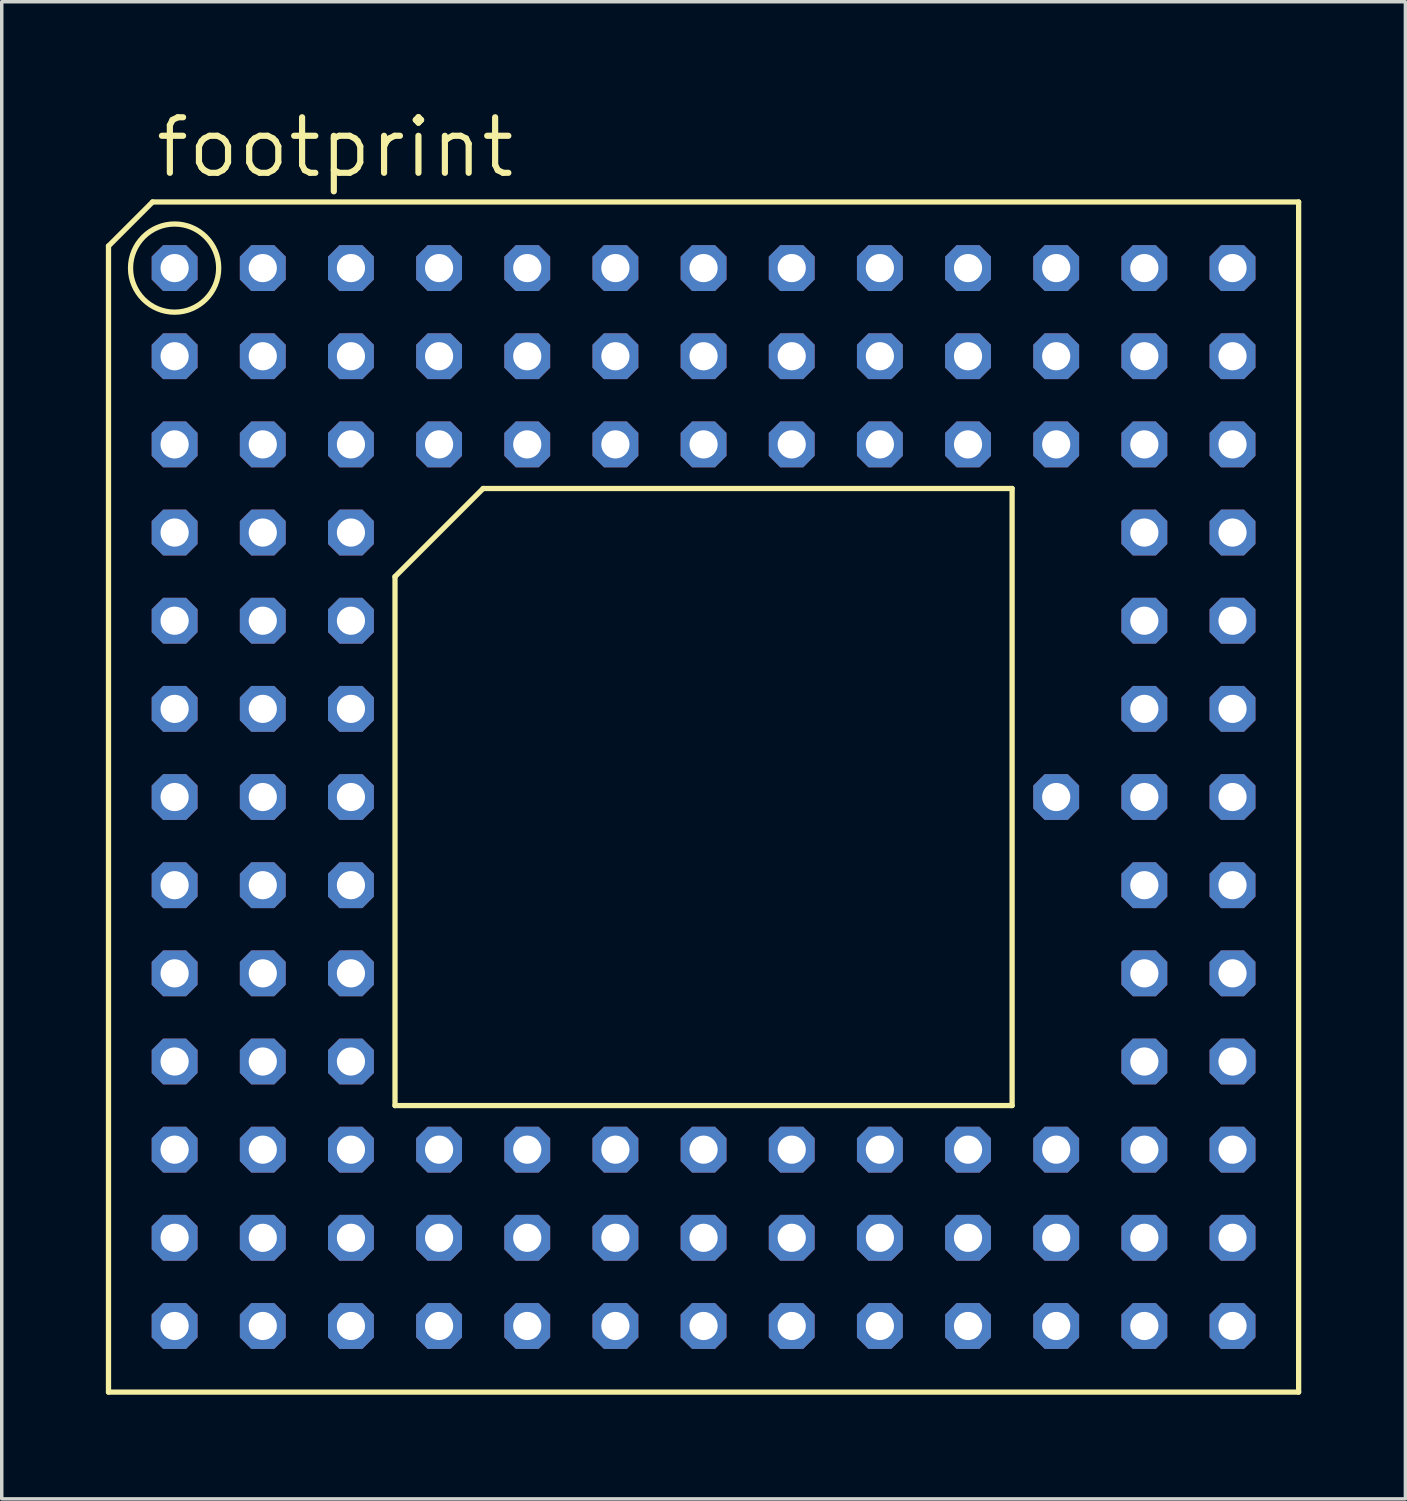
<source format=kicad_pcb>
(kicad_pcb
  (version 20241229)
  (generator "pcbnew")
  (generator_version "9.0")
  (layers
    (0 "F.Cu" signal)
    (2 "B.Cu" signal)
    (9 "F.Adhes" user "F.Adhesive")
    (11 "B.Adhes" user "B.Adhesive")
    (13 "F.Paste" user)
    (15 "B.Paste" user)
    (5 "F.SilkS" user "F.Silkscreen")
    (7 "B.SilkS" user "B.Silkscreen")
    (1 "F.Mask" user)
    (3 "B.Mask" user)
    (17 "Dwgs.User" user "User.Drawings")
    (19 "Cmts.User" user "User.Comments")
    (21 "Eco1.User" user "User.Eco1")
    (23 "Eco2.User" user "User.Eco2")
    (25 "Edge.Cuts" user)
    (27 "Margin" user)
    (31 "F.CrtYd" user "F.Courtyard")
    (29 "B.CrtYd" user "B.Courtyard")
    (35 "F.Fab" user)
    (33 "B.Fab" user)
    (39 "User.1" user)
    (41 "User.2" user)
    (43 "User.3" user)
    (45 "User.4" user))
  (footprint "footprint"
    (layer "F.Cu")
    (at 17.221 19.914)
    (property "Reference" "footprint" (at -15.875 -17.78 0) (layer "F.SilkS") (effects (font (size 1.6 1.6) (thickness 0.178)) (justify left bottom)))
    (fp_line (start -17.145 -15.875) (end -15.875 -17.145) (stroke (width 0.152) (type solid)) (layer "F.SilkS"))
    (fp_line (start -17.145 17.145) (end -17.145 -15.875) (stroke (width 0.152) (type solid)) (layer "F.SilkS"))
    (fp_line (start -15.875 -17.145) (end 17.145 -17.145) (stroke (width 0.152) (type solid)) (layer "F.SilkS"))
    (fp_line (start -8.89 8.89) (end -8.89 -6.35) (stroke (width 0.152) (type solid)) (layer "F.SilkS"))
    (fp_line (start -8.89 8.89) (end 8.89 8.89) (stroke (width 0.152) (type solid)) (layer "F.SilkS"))
    (fp_line (start -6.35 -8.89) (end -8.89 -6.35) (stroke (width 0.152) (type solid)) (layer "F.SilkS"))
    (fp_line (start -6.35 -8.89) (end 8.89 -8.89) (stroke (width 0.152) (type solid)) (layer "F.SilkS"))
    (fp_line (start 8.89 -8.89) (end 8.89 8.89) (stroke (width 0.152) (type solid)) (layer "F.SilkS"))
    (fp_line (start 17.145 -17.145) (end 17.145 17.145) (stroke (width 0.152) (type solid)) (layer "F.SilkS"))
    (fp_line (start 17.145 17.145) (end -17.145 17.145) (stroke (width 0.152) (type solid)) (layer "F.SilkS"))
    (fp_circle (center -15.24 -15.24) (end -13.97 -15.24) (stroke (width 0.152) (type solid)) (fill no) (layer "F.SilkS"))
    (pad "A01" thru_hole roundrect (at -15.24 -15.24) (size 1.321 1.321) (drill 0.813) (layers "*.Cu" "*.Mask") (roundrect_rratio 0.25) (chamfer_ratio 0.25) (chamfer top_left top_right bottom_left bottom_right))
    (pad "A02" thru_hole roundrect (at -12.7 -15.24) (size 1.321 1.321) (drill 0.813) (layers "*.Cu" "*.Mask") (roundrect_rratio 0.25) (chamfer_ratio 0.25) (chamfer top_left top_right bottom_left bottom_right))
    (pad "A03" thru_hole roundrect (at -10.16 -15.24) (size 1.321 1.321) (drill 0.813) (layers "*.Cu" "*.Mask") (roundrect_rratio 0.25) (chamfer_ratio 0.25) (chamfer top_left top_right bottom_left bottom_right))
    (pad "A04" thru_hole roundrect (at -7.62 -15.24) (size 1.321 1.321) (drill 0.813) (layers "*.Cu" "*.Mask") (roundrect_rratio 0.25) (chamfer_ratio 0.25) (chamfer top_left top_right bottom_left bottom_right))
    (pad "A05" thru_hole roundrect (at -5.08 -15.24) (size 1.321 1.321) (drill 0.813) (layers "*.Cu" "*.Mask") (roundrect_rratio 0.25) (chamfer_ratio 0.25) (chamfer top_left top_right bottom_left bottom_right))
    (pad "A06" thru_hole roundrect (at -2.54 -15.24) (size 1.321 1.321) (drill 0.813) (layers "*.Cu" "*.Mask") (roundrect_rratio 0.25) (chamfer_ratio 0.25) (chamfer top_left top_right bottom_left bottom_right))
    (pad "A07" thru_hole roundrect (at 0 -15.24) (size 1.321 1.321) (drill 0.813) (layers "*.Cu" "*.Mask") (roundrect_rratio 0.25) (chamfer_ratio 0.25) (chamfer top_left top_right bottom_left bottom_right))
    (pad "A08" thru_hole roundrect (at 2.54 -15.24) (size 1.321 1.321) (drill 0.813) (layers "*.Cu" "*.Mask") (roundrect_rratio 0.25) (chamfer_ratio 0.25) (chamfer top_left top_right bottom_left bottom_right))
    (pad "A09" thru_hole roundrect (at 5.08 -15.24) (size 1.321 1.321) (drill 0.813) (layers "*.Cu" "*.Mask") (roundrect_rratio 0.25) (chamfer_ratio 0.25) (chamfer top_left top_right bottom_left bottom_right))
    (pad "A10" thru_hole roundrect (at 7.62 -15.24) (size 1.321 1.321) (drill 0.813) (layers "*.Cu" "*.Mask") (roundrect_rratio 0.25) (chamfer_ratio 0.25) (chamfer top_left top_right bottom_left bottom_right))
    (pad "A11" thru_hole roundrect (at 10.16 -15.24) (size 1.321 1.321) (drill 0.813) (layers "*.Cu" "*.Mask") (roundrect_rratio 0.25) (chamfer_ratio 0.25) (chamfer top_left top_right bottom_left bottom_right))
    (pad "A12" thru_hole roundrect (at 12.7 -15.24) (size 1.321 1.321) (drill 0.813) (layers "*.Cu" "*.Mask") (roundrect_rratio 0.25) (chamfer_ratio 0.25) (chamfer top_left top_right bottom_left bottom_right))
    (pad "A13" thru_hole roundrect (at 15.24 -15.24) (size 1.321 1.321) (drill 0.813) (layers "*.Cu" "*.Mask") (roundrect_rratio 0.25) (chamfer_ratio 0.25) (chamfer top_left top_right bottom_left bottom_right))
    (pad "B01" thru_hole roundrect (at -15.24 -12.7) (size 1.321 1.321) (drill 0.813) (layers "*.Cu" "*.Mask") (roundrect_rratio 0.25) (chamfer_ratio 0.25) (chamfer top_left top_right bottom_left bottom_right))
    (pad "B02" thru_hole roundrect (at -12.7 -12.7) (size 1.321 1.321) (drill 0.813) (layers "*.Cu" "*.Mask") (roundrect_rratio 0.25) (chamfer_ratio 0.25) (chamfer top_left top_right bottom_left bottom_right))
    (pad "B03" thru_hole roundrect (at -10.16 -12.7) (size 1.321 1.321) (drill 0.813) (layers "*.Cu" "*.Mask") (roundrect_rratio 0.25) (chamfer_ratio 0.25) (chamfer top_left top_right bottom_left bottom_right))
    (pad "B04" thru_hole roundrect (at -7.62 -12.7) (size 1.321 1.321) (drill 0.813) (layers "*.Cu" "*.Mask") (roundrect_rratio 0.25) (chamfer_ratio 0.25) (chamfer top_left top_right bottom_left bottom_right))
    (pad "B05" thru_hole roundrect (at -5.08 -12.7) (size 1.321 1.321) (drill 0.813) (layers "*.Cu" "*.Mask") (roundrect_rratio 0.25) (chamfer_ratio 0.25) (chamfer top_left top_right bottom_left bottom_right))
    (pad "B06" thru_hole roundrect (at -2.54 -12.7) (size 1.321 1.321) (drill 0.813) (layers "*.Cu" "*.Mask") (roundrect_rratio 0.25) (chamfer_ratio 0.25) (chamfer top_left top_right bottom_left bottom_right))
    (pad "B07" thru_hole roundrect (at 0 -12.7) (size 1.321 1.321) (drill 0.813) (layers "*.Cu" "*.Mask") (roundrect_rratio 0.25) (chamfer_ratio 0.25) (chamfer top_left top_right bottom_left bottom_right))
    (pad "B08" thru_hole roundrect (at 2.54 -12.7) (size 1.321 1.321) (drill 0.813) (layers "*.Cu" "*.Mask") (roundrect_rratio 0.25) (chamfer_ratio 0.25) (chamfer top_left top_right bottom_left bottom_right))
    (pad "B09" thru_hole roundrect (at 5.08 -12.7) (size 1.321 1.321) (drill 0.813) (layers "*.Cu" "*.Mask") (roundrect_rratio 0.25) (chamfer_ratio 0.25) (chamfer top_left top_right bottom_left bottom_right))
    (pad "B10" thru_hole roundrect (at 7.62 -12.7) (size 1.321 1.321) (drill 0.813) (layers "*.Cu" "*.Mask") (roundrect_rratio 0.25) (chamfer_ratio 0.25) (chamfer top_left top_right bottom_left bottom_right))
    (pad "B11" thru_hole roundrect (at 10.16 -12.7) (size 1.321 1.321) (drill 0.813) (layers "*.Cu" "*.Mask") (roundrect_rratio 0.25) (chamfer_ratio 0.25) (chamfer top_left top_right bottom_left bottom_right))
    (pad "B12" thru_hole roundrect (at 12.7 -12.7) (size 1.321 1.321) (drill 0.813) (layers "*.Cu" "*.Mask") (roundrect_rratio 0.25) (chamfer_ratio 0.25) (chamfer top_left top_right bottom_left bottom_right))
    (pad "B13" thru_hole roundrect (at 15.24 -12.7) (size 1.321 1.321) (drill 0.813) (layers "*.Cu" "*.Mask") (roundrect_rratio 0.25) (chamfer_ratio 0.25) (chamfer top_left top_right bottom_left bottom_right))
    (pad "C01" thru_hole roundrect (at -15.24 -10.16) (size 1.321 1.321) (drill 0.813) (layers "*.Cu" "*.Mask") (roundrect_rratio 0.25) (chamfer_ratio 0.25) (chamfer top_left top_right bottom_left bottom_right))
    (pad "C02" thru_hole roundrect (at -12.7 -10.16) (size 1.321 1.321) (drill 0.813) (layers "*.Cu" "*.Mask") (roundrect_rratio 0.25) (chamfer_ratio 0.25) (chamfer top_left top_right bottom_left bottom_right))
    (pad "C03" thru_hole roundrect (at -10.16 -10.16) (size 1.321 1.321) (drill 0.813) (layers "*.Cu" "*.Mask") (roundrect_rratio 0.25) (chamfer_ratio 0.25) (chamfer top_left top_right bottom_left bottom_right))
    (pad "C04" thru_hole roundrect (at -7.62 -10.16) (size 1.321 1.321) (drill 0.813) (layers "*.Cu" "*.Mask") (roundrect_rratio 0.25) (chamfer_ratio 0.25) (chamfer top_left top_right bottom_left bottom_right))
    (pad "C05" thru_hole roundrect (at -5.08 -10.16) (size 1.321 1.321) (drill 0.813) (layers "*.Cu" "*.Mask") (roundrect_rratio 0.25) (chamfer_ratio 0.25) (chamfer top_left top_right bottom_left bottom_right))
    (pad "C06" thru_hole roundrect (at -2.54 -10.16) (size 1.321 1.321) (drill 0.813) (layers "*.Cu" "*.Mask") (roundrect_rratio 0.25) (chamfer_ratio 0.25) (chamfer top_left top_right bottom_left bottom_right))
    (pad "C07" thru_hole roundrect (at 0 -10.16) (size 1.321 1.321) (drill 0.813) (layers "*.Cu" "*.Mask") (roundrect_rratio 0.25) (chamfer_ratio 0.25) (chamfer top_left top_right bottom_left bottom_right))
    (pad "C08" thru_hole roundrect (at 2.54 -10.16) (size 1.321 1.321) (drill 0.813) (layers "*.Cu" "*.Mask") (roundrect_rratio 0.25) (chamfer_ratio 0.25) (chamfer top_left top_right bottom_left bottom_right))
    (pad "C09" thru_hole roundrect (at 5.08 -10.16) (size 1.321 1.321) (drill 0.813) (layers "*.Cu" "*.Mask") (roundrect_rratio 0.25) (chamfer_ratio 0.25) (chamfer top_left top_right bottom_left bottom_right))
    (pad "C10" thru_hole roundrect (at 7.62 -10.16) (size 1.321 1.321) (drill 0.813) (layers "*.Cu" "*.Mask") (roundrect_rratio 0.25) (chamfer_ratio 0.25) (chamfer top_left top_right bottom_left bottom_right))
    (pad "C11" thru_hole roundrect (at 10.16 -10.16) (size 1.321 1.321) (drill 0.813) (layers "*.Cu" "*.Mask") (roundrect_rratio 0.25) (chamfer_ratio 0.25) (chamfer top_left top_right bottom_left bottom_right))
    (pad "C12" thru_hole roundrect (at 12.7 -10.16) (size 1.321 1.321) (drill 0.813) (layers "*.Cu" "*.Mask") (roundrect_rratio 0.25) (chamfer_ratio 0.25) (chamfer top_left top_right bottom_left bottom_right))
    (pad "C13" thru_hole roundrect (at 15.24 -10.16) (size 1.321 1.321) (drill 0.813) (layers "*.Cu" "*.Mask") (roundrect_rratio 0.25) (chamfer_ratio 0.25) (chamfer top_left top_right bottom_left bottom_right))
    (pad "D01" thru_hole roundrect (at -15.24 -7.62) (size 1.321 1.321) (drill 0.813) (layers "*.Cu" "*.Mask") (roundrect_rratio 0.25) (chamfer_ratio 0.25) (chamfer top_left top_right bottom_left bottom_right))
    (pad "D02" thru_hole roundrect (at -12.7 -7.62) (size 1.321 1.321) (drill 0.813) (layers "*.Cu" "*.Mask") (roundrect_rratio 0.25) (chamfer_ratio 0.25) (chamfer top_left top_right bottom_left bottom_right))
    (pad "D03" thru_hole roundrect (at -10.16 -7.62) (size 1.321 1.321) (drill 0.813) (layers "*.Cu" "*.Mask") (roundrect_rratio 0.25) (chamfer_ratio 0.25) (chamfer top_left top_right bottom_left bottom_right))
    (pad "D12" thru_hole roundrect (at 12.7 -7.62) (size 1.321 1.321) (drill 0.813) (layers "*.Cu" "*.Mask") (roundrect_rratio 0.25) (chamfer_ratio 0.25) (chamfer top_left top_right bottom_left bottom_right))
    (pad "D13" thru_hole roundrect (at 15.24 -7.62) (size 1.321 1.321) (drill 0.813) (layers "*.Cu" "*.Mask") (roundrect_rratio 0.25) (chamfer_ratio 0.25) (chamfer top_left top_right bottom_left bottom_right))
    (pad "E01" thru_hole roundrect (at -15.24 -5.08) (size 1.321 1.321) (drill 0.813) (layers "*.Cu" "*.Mask") (roundrect_rratio 0.25) (chamfer_ratio 0.25) (chamfer top_left top_right bottom_left bottom_right))
    (pad "E02" thru_hole roundrect (at -12.7 -5.08) (size 1.321 1.321) (drill 0.813) (layers "*.Cu" "*.Mask") (roundrect_rratio 0.25) (chamfer_ratio 0.25) (chamfer top_left top_right bottom_left bottom_right))
    (pad "E03" thru_hole roundrect (at -10.16 -5.08) (size 1.321 1.321) (drill 0.813) (layers "*.Cu" "*.Mask") (roundrect_rratio 0.25) (chamfer_ratio 0.25) (chamfer top_left top_right bottom_left bottom_right))
    (pad "E12" thru_hole roundrect (at 12.7 -5.08) (size 1.321 1.321) (drill 0.813) (layers "*.Cu" "*.Mask") (roundrect_rratio 0.25) (chamfer_ratio 0.25) (chamfer top_left top_right bottom_left bottom_right))
    (pad "E13" thru_hole roundrect (at 15.24 -5.08) (size 1.321 1.321) (drill 0.813) (layers "*.Cu" "*.Mask") (roundrect_rratio 0.25) (chamfer_ratio 0.25) (chamfer top_left top_right bottom_left bottom_right))
    (pad "F01" thru_hole roundrect (at -15.24 -2.54) (size 1.321 1.321) (drill 0.813) (layers "*.Cu" "*.Mask") (roundrect_rratio 0.25) (chamfer_ratio 0.25) (chamfer top_left top_right bottom_left bottom_right))
    (pad "F02" thru_hole roundrect (at -12.7 -2.54) (size 1.321 1.321) (drill 0.813) (layers "*.Cu" "*.Mask") (roundrect_rratio 0.25) (chamfer_ratio 0.25) (chamfer top_left top_right bottom_left bottom_right))
    (pad "F03" thru_hole roundrect (at -10.16 -2.54) (size 1.321 1.321) (drill 0.813) (layers "*.Cu" "*.Mask") (roundrect_rratio 0.25) (chamfer_ratio 0.25) (chamfer top_left top_right bottom_left bottom_right))
    (pad "F12" thru_hole roundrect (at 12.7 -2.54) (size 1.321 1.321) (drill 0.813) (layers "*.Cu" "*.Mask") (roundrect_rratio 0.25) (chamfer_ratio 0.25) (chamfer top_left top_right bottom_left bottom_right))
    (pad "F13" thru_hole roundrect (at 15.24 -2.54) (size 1.321 1.321) (drill 0.813) (layers "*.Cu" "*.Mask") (roundrect_rratio 0.25) (chamfer_ratio 0.25) (chamfer top_left top_right bottom_left bottom_right))
    (pad "G01" thru_hole roundrect (at -15.24 0) (size 1.321 1.321) (drill 0.813) (layers "*.Cu" "*.Mask") (roundrect_rratio 0.25) (chamfer_ratio 0.25) (chamfer top_left top_right bottom_left bottom_right))
    (pad "G02" thru_hole roundrect (at -12.7 0) (size 1.321 1.321) (drill 0.813) (layers "*.Cu" "*.Mask") (roundrect_rratio 0.25) (chamfer_ratio 0.25) (chamfer top_left top_right bottom_left bottom_right))
    (pad "G03" thru_hole roundrect (at -10.16 0) (size 1.321 1.321) (drill 0.813) (layers "*.Cu" "*.Mask") (roundrect_rratio 0.25) (chamfer_ratio 0.25) (chamfer top_left top_right bottom_left bottom_right))
    (pad "G11" thru_hole roundrect (at 10.16 0) (size 1.321 1.321) (drill 0.813) (layers "*.Cu" "*.Mask") (roundrect_rratio 0.25) (chamfer_ratio 0.25) (chamfer top_left top_right bottom_left bottom_right))
    (pad "G12" thru_hole roundrect (at 12.7 0) (size 1.321 1.321) (drill 0.813) (layers "*.Cu" "*.Mask") (roundrect_rratio 0.25) (chamfer_ratio 0.25) (chamfer top_left top_right bottom_left bottom_right))
    (pad "G13" thru_hole roundrect (at 15.24 0) (size 1.321 1.321) (drill 0.813) (layers "*.Cu" "*.Mask") (roundrect_rratio 0.25) (chamfer_ratio 0.25) (chamfer top_left top_right bottom_left bottom_right))
    (pad "H01" thru_hole roundrect (at -15.24 2.54) (size 1.321 1.321) (drill 0.813) (layers "*.Cu" "*.Mask") (roundrect_rratio 0.25) (chamfer_ratio 0.25) (chamfer top_left top_right bottom_left bottom_right))
    (pad "H02" thru_hole roundrect (at -12.7 2.54) (size 1.321 1.321) (drill 0.813) (layers "*.Cu" "*.Mask") (roundrect_rratio 0.25) (chamfer_ratio 0.25) (chamfer top_left top_right bottom_left bottom_right))
    (pad "H03" thru_hole roundrect (at -10.16 2.54) (size 1.321 1.321) (drill 0.813) (layers "*.Cu" "*.Mask") (roundrect_rratio 0.25) (chamfer_ratio 0.25) (chamfer top_left top_right bottom_left bottom_right))
    (pad "H12" thru_hole roundrect (at 12.7 2.54) (size 1.321 1.321) (drill 0.813) (layers "*.Cu" "*.Mask") (roundrect_rratio 0.25) (chamfer_ratio 0.25) (chamfer top_left top_right bottom_left bottom_right))
    (pad "H13" thru_hole roundrect (at 15.24 2.54) (size 1.321 1.321) (drill 0.813) (layers "*.Cu" "*.Mask") (roundrect_rratio 0.25) (chamfer_ratio 0.25) (chamfer top_left top_right bottom_left bottom_right))
    (pad "J01" thru_hole roundrect (at -15.24 5.08) (size 1.321 1.321) (drill 0.813) (layers "*.Cu" "*.Mask") (roundrect_rratio 0.25) (chamfer_ratio 0.25) (chamfer top_left top_right bottom_left bottom_right))
    (pad "J02" thru_hole roundrect (at -12.7 5.08) (size 1.321 1.321) (drill 0.813) (layers "*.Cu" "*.Mask") (roundrect_rratio 0.25) (chamfer_ratio 0.25) (chamfer top_left top_right bottom_left bottom_right))
    (pad "J03" thru_hole roundrect (at -10.16 5.08) (size 1.321 1.321) (drill 0.813) (layers "*.Cu" "*.Mask") (roundrect_rratio 0.25) (chamfer_ratio 0.25) (chamfer top_left top_right bottom_left bottom_right))
    (pad "J12" thru_hole roundrect (at 12.7 5.08) (size 1.321 1.321) (drill 0.813) (layers "*.Cu" "*.Mask") (roundrect_rratio 0.25) (chamfer_ratio 0.25) (chamfer top_left top_right bottom_left bottom_right))
    (pad "J13" thru_hole roundrect (at 15.24 5.08) (size 1.321 1.321) (drill 0.813) (layers "*.Cu" "*.Mask") (roundrect_rratio 0.25) (chamfer_ratio 0.25) (chamfer top_left top_right bottom_left bottom_right))
    (pad "K01" thru_hole roundrect (at -15.24 7.62) (size 1.321 1.321) (drill 0.813) (layers "*.Cu" "*.Mask") (roundrect_rratio 0.25) (chamfer_ratio 0.25) (chamfer top_left top_right bottom_left bottom_right))
    (pad "K02" thru_hole roundrect (at -12.7 7.62) (size 1.321 1.321) (drill 0.813) (layers "*.Cu" "*.Mask") (roundrect_rratio 0.25) (chamfer_ratio 0.25) (chamfer top_left top_right bottom_left bottom_right))
    (pad "K03" thru_hole roundrect (at -10.16 7.62) (size 1.321 1.321) (drill 0.813) (layers "*.Cu" "*.Mask") (roundrect_rratio 0.25) (chamfer_ratio 0.25) (chamfer top_left top_right bottom_left bottom_right))
    (pad "K12" thru_hole roundrect (at 12.7 7.62) (size 1.321 1.321) (drill 0.813) (layers "*.Cu" "*.Mask") (roundrect_rratio 0.25) (chamfer_ratio 0.25) (chamfer top_left top_right bottom_left bottom_right))
    (pad "K13" thru_hole roundrect (at 15.24 7.62) (size 1.321 1.321) (drill 0.813) (layers "*.Cu" "*.Mask") (roundrect_rratio 0.25) (chamfer_ratio 0.25) (chamfer top_left top_right bottom_left bottom_right))
    (pad "L01" thru_hole roundrect (at -15.24 10.16) (size 1.321 1.321) (drill 0.813) (layers "*.Cu" "*.Mask") (roundrect_rratio 0.25) (chamfer_ratio 0.25) (chamfer top_left top_right bottom_left bottom_right))
    (pad "L02" thru_hole roundrect (at -12.7 10.16) (size 1.321 1.321) (drill 0.813) (layers "*.Cu" "*.Mask") (roundrect_rratio 0.25) (chamfer_ratio 0.25) (chamfer top_left top_right bottom_left bottom_right))
    (pad "L03" thru_hole roundrect (at -10.16 10.16) (size 1.321 1.321) (drill 0.813) (layers "*.Cu" "*.Mask") (roundrect_rratio 0.25) (chamfer_ratio 0.25) (chamfer top_left top_right bottom_left bottom_right))
    (pad "L04" thru_hole roundrect (at -7.62 10.16) (size 1.321 1.321) (drill 0.813) (layers "*.Cu" "*.Mask") (roundrect_rratio 0.25) (chamfer_ratio 0.25) (chamfer top_left top_right bottom_left bottom_right))
    (pad "L05" thru_hole roundrect (at -5.08 10.16) (size 1.321 1.321) (drill 0.813) (layers "*.Cu" "*.Mask") (roundrect_rratio 0.25) (chamfer_ratio 0.25) (chamfer top_left top_right bottom_left bottom_right))
    (pad "L06" thru_hole roundrect (at -2.54 10.16) (size 1.321 1.321) (drill 0.813) (layers "*.Cu" "*.Mask") (roundrect_rratio 0.25) (chamfer_ratio 0.25) (chamfer top_left top_right bottom_left bottom_right))
    (pad "L07" thru_hole roundrect (at 0 10.16) (size 1.321 1.321) (drill 0.813) (layers "*.Cu" "*.Mask") (roundrect_rratio 0.25) (chamfer_ratio 0.25) (chamfer top_left top_right bottom_left bottom_right))
    (pad "L08" thru_hole roundrect (at 2.54 10.16) (size 1.321 1.321) (drill 0.813) (layers "*.Cu" "*.Mask") (roundrect_rratio 0.25) (chamfer_ratio 0.25) (chamfer top_left top_right bottom_left bottom_right))
    (pad "L09" thru_hole roundrect (at 5.08 10.16) (size 1.321 1.321) (drill 0.813) (layers "*.Cu" "*.Mask") (roundrect_rratio 0.25) (chamfer_ratio 0.25) (chamfer top_left top_right bottom_left bottom_right))
    (pad "L10" thru_hole roundrect (at 7.62 10.16) (size 1.321 1.321) (drill 0.813) (layers "*.Cu" "*.Mask") (roundrect_rratio 0.25) (chamfer_ratio 0.25) (chamfer top_left top_right bottom_left bottom_right))
    (pad "L11" thru_hole roundrect (at 10.16 10.16) (size 1.321 1.321) (drill 0.813) (layers "*.Cu" "*.Mask") (roundrect_rratio 0.25) (chamfer_ratio 0.25) (chamfer top_left top_right bottom_left bottom_right))
    (pad "L12" thru_hole roundrect (at 12.7 10.16) (size 1.321 1.321) (drill 0.813) (layers "*.Cu" "*.Mask") (roundrect_rratio 0.25) (chamfer_ratio 0.25) (chamfer top_left top_right bottom_left bottom_right))
    (pad "L13" thru_hole roundrect (at 15.24 10.16) (size 1.321 1.321) (drill 0.813) (layers "*.Cu" "*.Mask") (roundrect_rratio 0.25) (chamfer_ratio 0.25) (chamfer top_left top_right bottom_left bottom_right))
    (pad "M01" thru_hole roundrect (at -15.24 12.7) (size 1.321 1.321) (drill 0.813) (layers "*.Cu" "*.Mask") (roundrect_rratio 0.25) (chamfer_ratio 0.25) (chamfer top_left top_right bottom_left bottom_right))
    (pad "M02" thru_hole roundrect (at -12.7 12.7) (size 1.321 1.321) (drill 0.813) (layers "*.Cu" "*.Mask") (roundrect_rratio 0.25) (chamfer_ratio 0.25) (chamfer top_left top_right bottom_left bottom_right))
    (pad "M03" thru_hole roundrect (at -10.16 12.7) (size 1.321 1.321) (drill 0.813) (layers "*.Cu" "*.Mask") (roundrect_rratio 0.25) (chamfer_ratio 0.25) (chamfer top_left top_right bottom_left bottom_right))
    (pad "M04" thru_hole roundrect (at -7.62 12.7) (size 1.321 1.321) (drill 0.813) (layers "*.Cu" "*.Mask") (roundrect_rratio 0.25) (chamfer_ratio 0.25) (chamfer top_left top_right bottom_left bottom_right))
    (pad "M05" thru_hole roundrect (at -5.08 12.7) (size 1.321 1.321) (drill 0.813) (layers "*.Cu" "*.Mask") (roundrect_rratio 0.25) (chamfer_ratio 0.25) (chamfer top_left top_right bottom_left bottom_right))
    (pad "M06" thru_hole roundrect (at -2.54 12.7) (size 1.321 1.321) (drill 0.813) (layers "*.Cu" "*.Mask") (roundrect_rratio 0.25) (chamfer_ratio 0.25) (chamfer top_left top_right bottom_left bottom_right))
    (pad "M07" thru_hole roundrect (at 0 12.7) (size 1.321 1.321) (drill 0.813) (layers "*.Cu" "*.Mask") (roundrect_rratio 0.25) (chamfer_ratio 0.25) (chamfer top_left top_right bottom_left bottom_right))
    (pad "M08" thru_hole roundrect (at 2.54 12.7) (size 1.321 1.321) (drill 0.813) (layers "*.Cu" "*.Mask") (roundrect_rratio 0.25) (chamfer_ratio 0.25) (chamfer top_left top_right bottom_left bottom_right))
    (pad "M09" thru_hole roundrect (at 5.08 12.7) (size 1.321 1.321) (drill 0.813) (layers "*.Cu" "*.Mask") (roundrect_rratio 0.25) (chamfer_ratio 0.25) (chamfer top_left top_right bottom_left bottom_right))
    (pad "M10" thru_hole roundrect (at 7.62 12.7) (size 1.321 1.321) (drill 0.813) (layers "*.Cu" "*.Mask") (roundrect_rratio 0.25) (chamfer_ratio 0.25) (chamfer top_left top_right bottom_left bottom_right))
    (pad "M11" thru_hole roundrect (at 10.16 12.7) (size 1.321 1.321) (drill 0.813) (layers "*.Cu" "*.Mask") (roundrect_rratio 0.25) (chamfer_ratio 0.25) (chamfer top_left top_right bottom_left bottom_right))
    (pad "M12" thru_hole roundrect (at 12.7 12.7) (size 1.321 1.321) (drill 0.813) (layers "*.Cu" "*.Mask") (roundrect_rratio 0.25) (chamfer_ratio 0.25) (chamfer top_left top_right bottom_left bottom_right))
    (pad "M13" thru_hole roundrect (at 15.24 12.7) (size 1.321 1.321) (drill 0.813) (layers "*.Cu" "*.Mask") (roundrect_rratio 0.25) (chamfer_ratio 0.25) (chamfer top_left top_right bottom_left bottom_right))
    (pad "N01" thru_hole roundrect (at -15.24 15.24) (size 1.321 1.321) (drill 0.813) (layers "*.Cu" "*.Mask") (roundrect_rratio 0.25) (chamfer_ratio 0.25) (chamfer top_left top_right bottom_left bottom_right))
    (pad "N02" thru_hole roundrect (at -12.7 15.24) (size 1.321 1.321) (drill 0.813) (layers "*.Cu" "*.Mask") (roundrect_rratio 0.25) (chamfer_ratio 0.25) (chamfer top_left top_right bottom_left bottom_right))
    (pad "N03" thru_hole roundrect (at -10.16 15.24) (size 1.321 1.321) (drill 0.813) (layers "*.Cu" "*.Mask") (roundrect_rratio 0.25) (chamfer_ratio 0.25) (chamfer top_left top_right bottom_left bottom_right))
    (pad "N04" thru_hole roundrect (at -7.62 15.24) (size 1.321 1.321) (drill 0.813) (layers "*.Cu" "*.Mask") (roundrect_rratio 0.25) (chamfer_ratio 0.25) (chamfer top_left top_right bottom_left bottom_right))
    (pad "N05" thru_hole roundrect (at -5.08 15.24) (size 1.321 1.321) (drill 0.813) (layers "*.Cu" "*.Mask") (roundrect_rratio 0.25) (chamfer_ratio 0.25) (chamfer top_left top_right bottom_left bottom_right))
    (pad "N06" thru_hole roundrect (at -2.54 15.24) (size 1.321 1.321) (drill 0.813) (layers "*.Cu" "*.Mask") (roundrect_rratio 0.25) (chamfer_ratio 0.25) (chamfer top_left top_right bottom_left bottom_right))
    (pad "N07" thru_hole roundrect (at 0 15.24) (size 1.321 1.321) (drill 0.813) (layers "*.Cu" "*.Mask") (roundrect_rratio 0.25) (chamfer_ratio 0.25) (chamfer top_left top_right bottom_left bottom_right))
    (pad "N08" thru_hole roundrect (at 2.54 15.24) (size 1.321 1.321) (drill 0.813) (layers "*.Cu" "*.Mask") (roundrect_rratio 0.25) (chamfer_ratio 0.25) (chamfer top_left top_right bottom_left bottom_right))
    (pad "N09" thru_hole roundrect (at 5.08 15.24) (size 1.321 1.321) (drill 0.813) (layers "*.Cu" "*.Mask") (roundrect_rratio 0.25) (chamfer_ratio 0.25) (chamfer top_left top_right bottom_left bottom_right))
    (pad "N10" thru_hole roundrect (at 7.62 15.24) (size 1.321 1.321) (drill 0.813) (layers "*.Cu" "*.Mask") (roundrect_rratio 0.25) (chamfer_ratio 0.25) (chamfer top_left top_right bottom_left bottom_right))
    (pad "N11" thru_hole roundrect (at 10.16 15.24) (size 1.321 1.321) (drill 0.813) (layers "*.Cu" "*.Mask") (roundrect_rratio 0.25) (chamfer_ratio 0.25) (chamfer top_left top_right bottom_left bottom_right))
    (pad "N12" thru_hole roundrect (at 12.7 15.24) (size 1.321 1.321) (drill 0.813) (layers "*.Cu" "*.Mask") (roundrect_rratio 0.25) (chamfer_ratio 0.25) (chamfer top_left top_right bottom_left bottom_right))
    (pad "N13" thru_hole roundrect (at 15.24 15.24) (size 1.321 1.321) (drill 0.813) (layers "*.Cu" "*.Mask") (roundrect_rratio 0.25) (chamfer_ratio 0.25) (chamfer top_left top_right bottom_left bottom_right)))
  (gr_rect
    (start -3 -3)
    (end 37.442 40.135)
    (stroke (width 0.1) (type default))
    (fill no)
    (layer "Edge.Cuts")))
</source>
